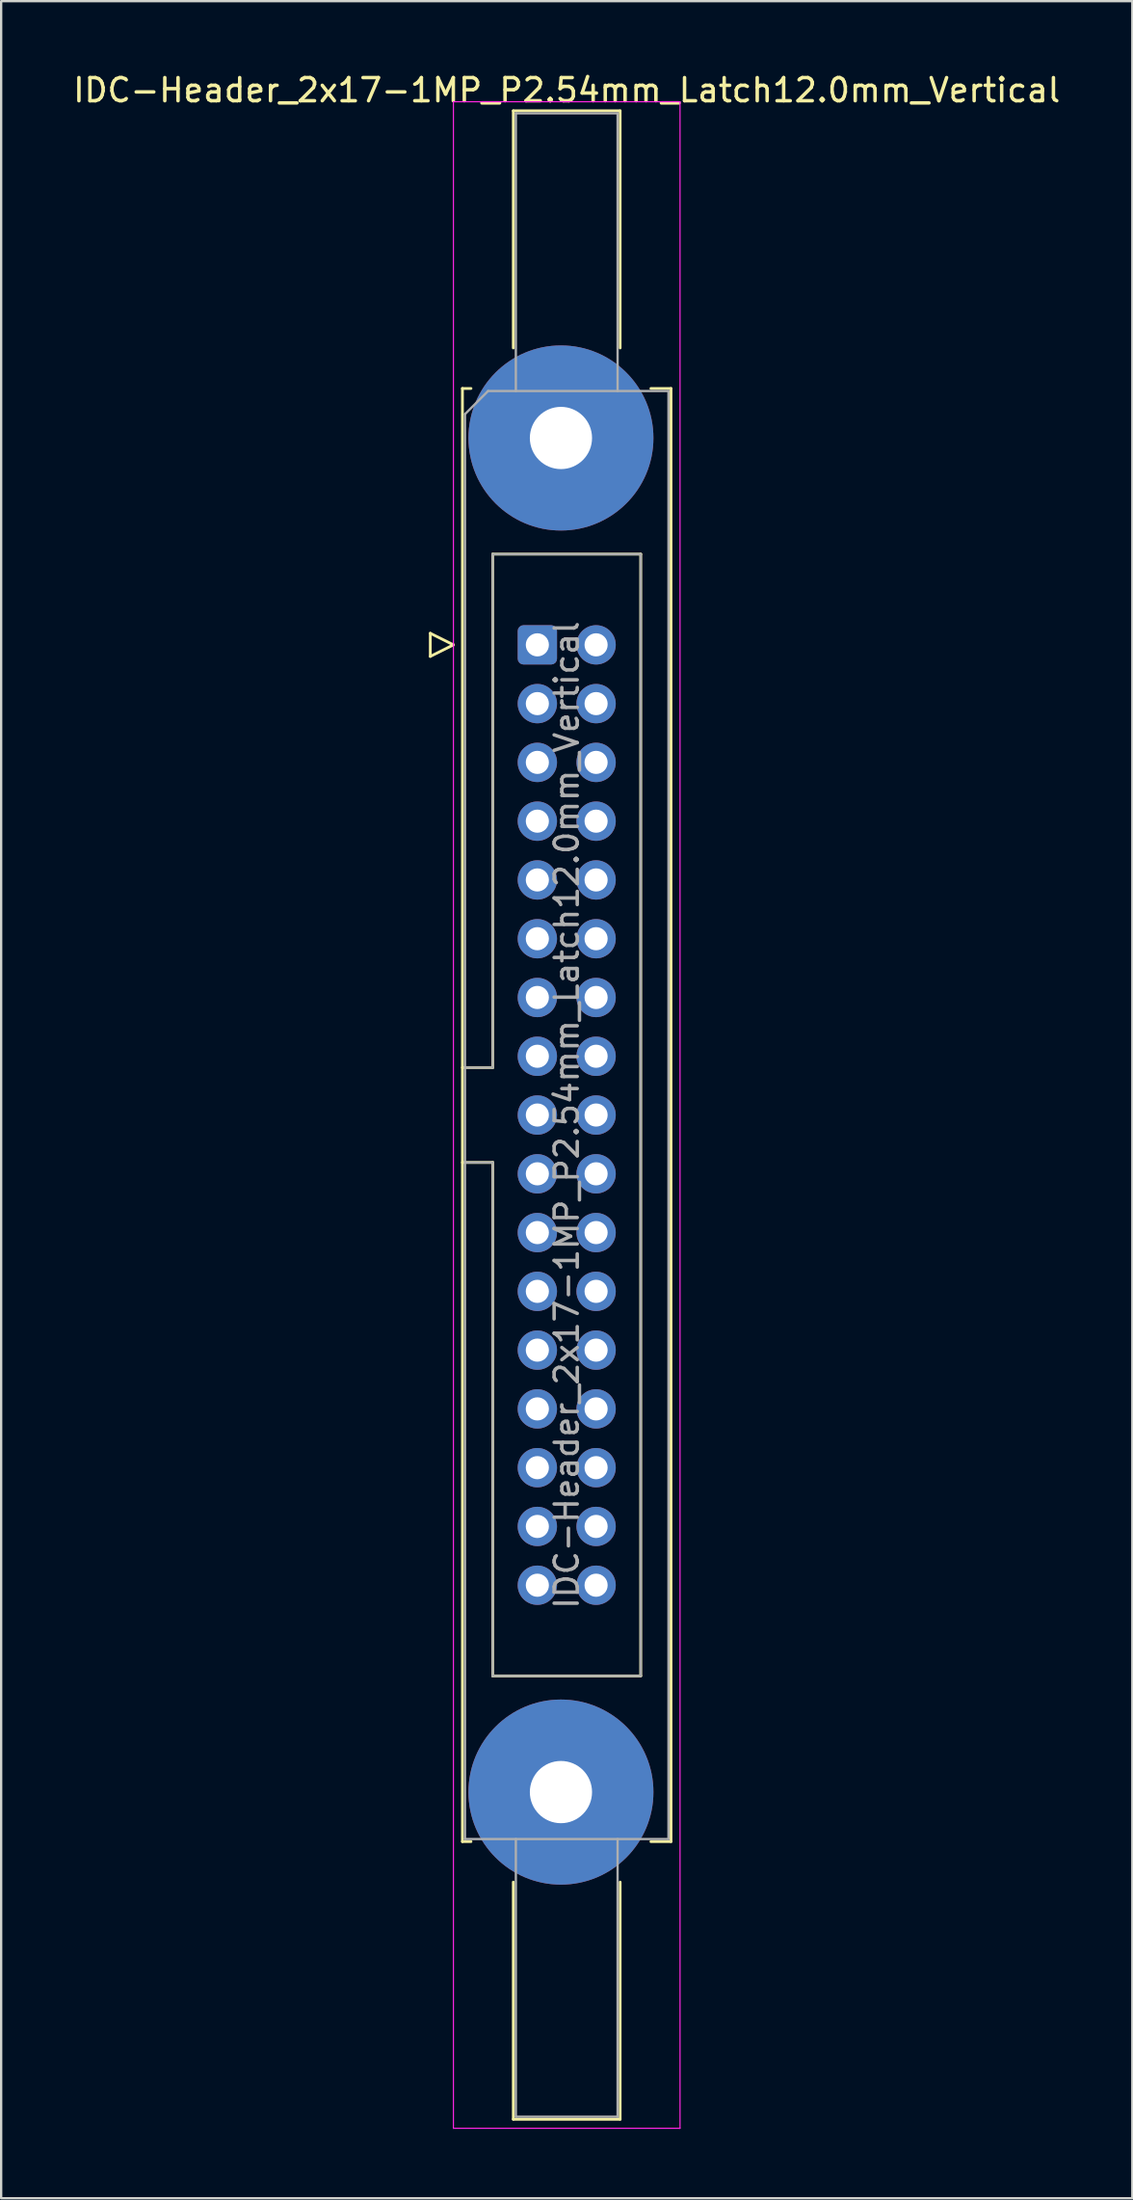
<source format=kicad_pcb>
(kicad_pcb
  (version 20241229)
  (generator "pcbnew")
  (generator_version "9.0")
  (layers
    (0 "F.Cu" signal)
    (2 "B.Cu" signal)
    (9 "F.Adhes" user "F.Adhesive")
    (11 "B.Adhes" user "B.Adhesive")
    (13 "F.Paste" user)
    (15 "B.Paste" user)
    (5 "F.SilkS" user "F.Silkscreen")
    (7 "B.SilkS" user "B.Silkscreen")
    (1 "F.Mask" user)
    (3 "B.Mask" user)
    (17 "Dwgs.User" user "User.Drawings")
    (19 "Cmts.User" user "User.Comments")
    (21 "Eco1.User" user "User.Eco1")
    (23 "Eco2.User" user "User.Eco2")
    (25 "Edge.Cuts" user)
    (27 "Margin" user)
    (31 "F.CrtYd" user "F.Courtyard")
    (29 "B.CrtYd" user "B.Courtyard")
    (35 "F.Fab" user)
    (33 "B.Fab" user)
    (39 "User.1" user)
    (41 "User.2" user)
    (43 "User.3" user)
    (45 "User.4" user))
  (footprint "IDC-Header_2x17-1MP_P2.54mm_Latch12.0mm_Vertical"
    (layer "F.Cu")
    (at 20.188 24.818)
    (property "Reference" "IDC-Header_2x17-1MP_P2.54mm_Latch12.0mm_Vertical" (at 1.27 -23.97 0) (layer "F.SilkS") (effects (font (size 1 1) (thickness 0.15))))
    (attr through_hole)
    (fp_line (start -4.63 -0.5) (end -4.63 0.5) (stroke (width 0.12) (type solid)) (layer "F.SilkS"))
    (fp_line (start -4.63 0.5) (end -3.63 0) (stroke (width 0.12) (type solid)) (layer "F.SilkS"))
    (fp_line (start -3.63 0) (end -4.63 -0.5) (stroke (width 0.12) (type solid)) (layer "F.SilkS"))
    (fp_line (start -3.24 -11.08) (end -3.24 51.72) (stroke (width 0.12) (type solid)) (layer "F.SilkS"))
    (fp_line (start -3.24 18.27) (end -1.93 18.27) (stroke (width 0.12) (type solid)) (layer "F.SilkS"))
    (fp_line (start -3.24 51.72) (end -2.87 51.72) (stroke (width 0.12) (type solid)) (layer "F.SilkS"))
    (fp_line (start -2.87 -11.08) (end -3.24 -11.08) (stroke (width 0.12) (type solid)) (layer "F.SilkS"))
    (fp_line (start -1.93 -3.92) (end 4.47 -3.92) (stroke (width 0.12) (type solid)) (layer "F.SilkS"))
    (fp_line (start -1.93 18.27) (end -1.93 -3.92) (stroke (width 0.12) (type solid)) (layer "F.SilkS"))
    (fp_line (start -1.93 22.37) (end -3.24 22.37) (stroke (width 0.12) (type solid)) (layer "F.SilkS"))
    (fp_line (start -1.93 22.37) (end -1.93 22.37) (stroke (width 0.12) (type solid)) (layer "F.SilkS"))
    (fp_line (start -1.93 44.56) (end -1.93 22.37) (stroke (width 0.12) (type solid)) (layer "F.SilkS"))
    (fp_line (start -1.04 -23.08) (end 3.58 -23.08) (stroke (width 0.12) (type solid)) (layer "F.SilkS"))
    (fp_line (start -1.04 -12.83) (end -1.04 -23.08) (stroke (width 0.12) (type solid)) (layer "F.SilkS"))
    (fp_line (start -1.04 53.47) (end -1.04 63.72) (stroke (width 0.12) (type solid)) (layer "F.SilkS"))
    (fp_line (start -1.04 63.72) (end 3.58 63.72) (stroke (width 0.12) (type solid)) (layer "F.SilkS"))
    (fp_line (start 3.58 -23.08) (end 3.58 -12.83) (stroke (width 0.12) (type solid)) (layer "F.SilkS"))
    (fp_line (start 3.58 63.72) (end 3.58 53.47) (stroke (width 0.12) (type solid)) (layer "F.SilkS"))
    (fp_line (start 4.47 -3.92) (end 4.47 44.56) (stroke (width 0.12) (type solid)) (layer "F.SilkS"))
    (fp_line (start 4.47 44.56) (end -1.93 44.56) (stroke (width 0.12) (type solid)) (layer "F.SilkS"))
    (fp_line (start 4.91 -11.08) (end 5.78 -11.08) (stroke (width 0.12) (type solid)) (layer "F.SilkS"))
    (fp_line (start 5.78 -11.08) (end 5.78 51.72) (stroke (width 0.12) (type solid)) (layer "F.SilkS"))
    (fp_line (start 5.78 51.72) (end 4.91 51.72) (stroke (width 0.12) (type solid)) (layer "F.SilkS"))
    (fp_line (start -3.63 -23.47) (end -3.63 64.11) (stroke (width 0.05) (type solid)) (layer "F.CrtYd"))
    (fp_line (start -3.63 64.11) (end 6.17 64.11) (stroke (width 0.05) (type solid)) (layer "F.CrtYd"))
    (fp_line (start 6.17 -23.47) (end -3.63 -23.47) (stroke (width 0.05) (type solid)) (layer "F.CrtYd"))
    (fp_line (start 6.17 64.11) (end 6.17 -23.47) (stroke (width 0.05) (type solid)) (layer "F.CrtYd"))
    (fp_line (start -3.13 -9.97) (end -2.13 -10.97) (stroke (width 0.1) (type solid)) (layer "F.Fab"))
    (fp_line (start -3.13 18.27) (end -1.93 18.27) (stroke (width 0.1) (type solid)) (layer "F.Fab"))
    (fp_line (start -3.13 51.61) (end -3.13 -9.97) (stroke (width 0.1) (type solid)) (layer "F.Fab"))
    (fp_line (start -2.13 -10.97) (end 5.67 -10.97) (stroke (width 0.1) (type solid)) (layer "F.Fab"))
    (fp_line (start -1.93 -3.92) (end 4.47 -3.92) (stroke (width 0.1) (type solid)) (layer "F.Fab"))
    (fp_line (start -1.93 18.27) (end -1.93 -3.92) (stroke (width 0.1) (type solid)) (layer "F.Fab"))
    (fp_line (start -1.93 22.37) (end -3.13 22.37) (stroke (width 0.1) (type solid)) (layer "F.Fab"))
    (fp_line (start -1.93 22.37) (end -1.93 22.37) (stroke (width 0.1) (type solid)) (layer "F.Fab"))
    (fp_line (start -1.93 44.56) (end -1.93 22.37) (stroke (width 0.1) (type solid)) (layer "F.Fab"))
    (fp_line (start -0.93 -22.97) (end 3.47 -22.97) (stroke (width 0.1) (type solid)) (layer "F.Fab"))
    (fp_line (start -0.93 -10.97) (end -0.93 -22.97) (stroke (width 0.1) (type solid)) (layer "F.Fab"))
    (fp_line (start -0.93 51.61) (end -0.93 63.61) (stroke (width 0.1) (type solid)) (layer "F.Fab"))
    (fp_line (start -0.93 63.61) (end 3.47 63.61) (stroke (width 0.1) (type solid)) (layer "F.Fab"))
    (fp_line (start 3.47 -22.97) (end 3.47 -10.97) (stroke (width 0.1) (type solid)) (layer "F.Fab"))
    (fp_line (start 3.47 63.61) (end 3.47 51.61) (stroke (width 0.1) (type solid)) (layer "F.Fab"))
    (fp_line (start 4.47 -3.92) (end 4.47 44.56) (stroke (width 0.1) (type solid)) (layer "F.Fab"))
    (fp_line (start 4.47 44.56) (end -1.93 44.56) (stroke (width 0.1) (type solid)) (layer "F.Fab"))
    (fp_line (start 5.67 -10.97) (end 5.67 51.61) (stroke (width 0.1) (type solid)) (layer "F.Fab"))
    (fp_line (start 5.67 51.61) (end -3.13 51.61) (stroke (width 0.1) (type solid)) (layer "F.Fab"))
    (fp_text user "${REFERENCE}" (at 1.27 20.32 90) (layer "F.Fab") (effects (font (size 1 1) (thickness 0.15))))
    (pad "1" thru_hole roundrect (at 0 0) (size 1.7 1.7) (drill 1) (layers "*.Cu" "*.Mask") (roundrect_rratio 0.147))
    (pad "2" thru_hole circle (at 2.54 0) (size 1.7 1.7) (drill 1) (layers "*.Cu" "*.Mask"))
    (pad "3" thru_hole circle (at 0 2.54) (size 1.7 1.7) (drill 1) (layers "*.Cu" "*.Mask"))
    (pad "4" thru_hole circle (at 2.54 2.54) (size 1.7 1.7) (drill 1) (layers "*.Cu" "*.Mask"))
    (pad "5" thru_hole circle (at 0 5.08) (size 1.7 1.7) (drill 1) (layers "*.Cu" "*.Mask"))
    (pad "6" thru_hole circle (at 2.54 5.08) (size 1.7 1.7) (drill 1) (layers "*.Cu" "*.Mask"))
    (pad "7" thru_hole circle (at 0 7.62) (size 1.7 1.7) (drill 1) (layers "*.Cu" "*.Mask"))
    (pad "8" thru_hole circle (at 2.54 7.62) (size 1.7 1.7) (drill 1) (layers "*.Cu" "*.Mask"))
    (pad "9" thru_hole circle (at 0 10.16) (size 1.7 1.7) (drill 1) (layers "*.Cu" "*.Mask"))
    (pad "10" thru_hole circle (at 2.54 10.16) (size 1.7 1.7) (drill 1) (layers "*.Cu" "*.Mask"))
    (pad "11" thru_hole circle (at 0 12.7) (size 1.7 1.7) (drill 1) (layers "*.Cu" "*.Mask"))
    (pad "12" thru_hole circle (at 2.54 12.7) (size 1.7 1.7) (drill 1) (layers "*.Cu" "*.Mask"))
    (pad "13" thru_hole circle (at 0 15.24) (size 1.7 1.7) (drill 1) (layers "*.Cu" "*.Mask"))
    (pad "14" thru_hole circle (at 2.54 15.24) (size 1.7 1.7) (drill 1) (layers "*.Cu" "*.Mask"))
    (pad "15" thru_hole circle (at 0 17.78) (size 1.7 1.7) (drill 1) (layers "*.Cu" "*.Mask"))
    (pad "16" thru_hole circle (at 2.54 17.78) (size 1.7 1.7) (drill 1) (layers "*.Cu" "*.Mask"))
    (pad "17" thru_hole circle (at 0 20.32) (size 1.7 1.7) (drill 1) (layers "*.Cu" "*.Mask"))
    (pad "18" thru_hole circle (at 2.54 20.32) (size 1.7 1.7) (drill 1) (layers "*.Cu" "*.Mask"))
    (pad "19" thru_hole circle (at 0 22.86) (size 1.7 1.7) (drill 1) (layers "*.Cu" "*.Mask"))
    (pad "20" thru_hole circle (at 2.54 22.86) (size 1.7 1.7) (drill 1) (layers "*.Cu" "*.Mask"))
    (pad "21" thru_hole circle (at 0 25.4) (size 1.7 1.7) (drill 1) (layers "*.Cu" "*.Mask"))
    (pad "22" thru_hole circle (at 2.54 25.4) (size 1.7 1.7) (drill 1) (layers "*.Cu" "*.Mask"))
    (pad "23" thru_hole circle (at 0 27.94) (size 1.7 1.7) (drill 1) (layers "*.Cu" "*.Mask"))
    (pad "24" thru_hole circle (at 2.54 27.94) (size 1.7 1.7) (drill 1) (layers "*.Cu" "*.Mask"))
    (pad "25" thru_hole circle (at 0 30.48) (size 1.7 1.7) (drill 1) (layers "*.Cu" "*.Mask"))
    (pad "26" thru_hole circle (at 2.54 30.48) (size 1.7 1.7) (drill 1) (layers "*.Cu" "*.Mask"))
    (pad "27" thru_hole circle (at 0 33.02) (size 1.7 1.7) (drill 1) (layers "*.Cu" "*.Mask"))
    (pad "28" thru_hole circle (at 2.54 33.02) (size 1.7 1.7) (drill 1) (layers "*.Cu" "*.Mask"))
    (pad "29" thru_hole circle (at 0 35.56) (size 1.7 1.7) (drill 1) (layers "*.Cu" "*.Mask"))
    (pad "30" thru_hole circle (at 2.54 35.56) (size 1.7 1.7) (drill 1) (layers "*.Cu" "*.Mask"))
    (pad "31" thru_hole circle (at 0 38.1) (size 1.7 1.7) (drill 1) (layers "*.Cu" "*.Mask"))
    (pad "32" thru_hole circle (at 2.54 38.1) (size 1.7 1.7) (drill 1) (layers "*.Cu" "*.Mask"))
    (pad "33" thru_hole circle (at 0 40.64) (size 1.7 1.7) (drill 1) (layers "*.Cu" "*.Mask"))
    (pad "34" thru_hole circle (at 2.54 40.64) (size 1.7 1.7) (drill 1) (layers "*.Cu" "*.Mask"))
    (pad "MP" thru_hole circle (at 1.02 -8.94) (size 8 8) (drill 2.69) (layers "*.Cu" "*.Mask"))
    (pad "MP" thru_hole circle (at 1.02 49.58) (size 8 8) (drill 2.69) (layers "*.Cu" "*.Mask")))
  (gr_rect
    (start -3 -3)
    (end 45.917 91.953)
    (stroke (width 0.1) (type default))
    (fill no)
    (layer "Edge.Cuts")))
</source>
